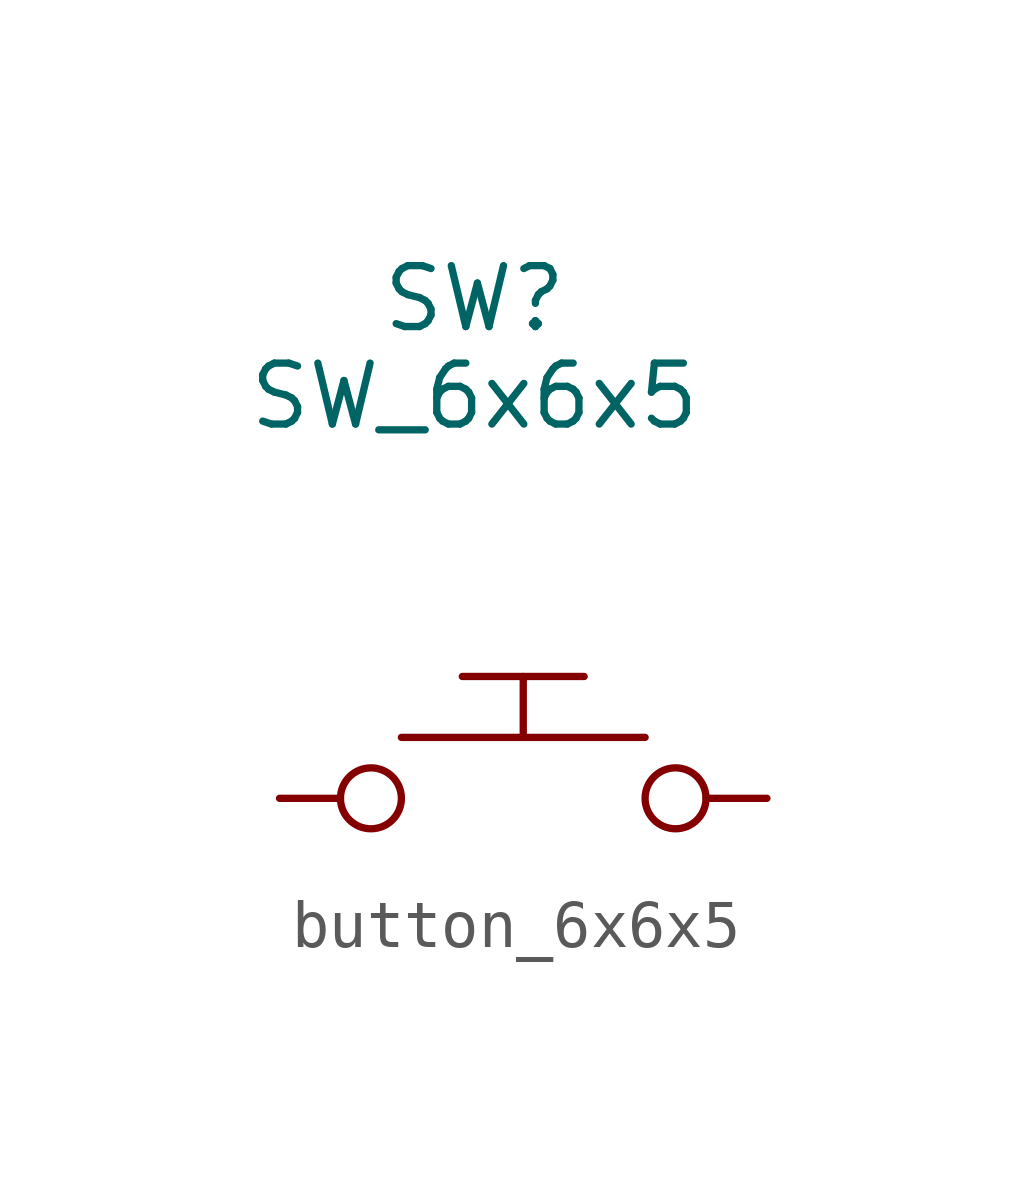
<source format=kicad_sym>
(kicad_symbol_lib
  (version 20241209)
  (generator "kicad_symbol_editor")
  (generator_version "9.0")
  (symbol "button_6x6x5"
    (property "Reference" "SW"
      (at -1.016 10.414 0)
      (effects (font (size 1.27 1.27))))
    (property "Value" "SW_6x6x5"
      (at -1.016 8.382 0)
      (effects (font (size 1.27 1.27))))
    (symbol "button_6x6x5_0_1"
      (polyline (pts (xy -2.54 1.27) (xy 2.54 1.27)) (stroke (width 0) (type default)) (fill (type none)))
      (polyline (pts (xy -1.27 2.54) (xy 1.27 2.54)) (stroke (width 0) (type default)) (fill (type none)))
      (polyline (pts (xy 0 1.27) (xy 0 2.54)) (stroke (width 0) (type default)) (fill (type none))))
    (symbol "button_6x6x5_1_1"
      (pin passive inverted (at -5.08 0 0) (length 2.54) (name "" (effects (font (size 1.27 1.27)))) (number "" (effects (font (size 1.27 1.27)))))
      (pin passive inverted (at 5.08 0 180) (length 2.54) (name "" (effects (font (size 1.27 1.27)))) (number "" (effects (font (size 1.27 1.27))))))))
</source>
